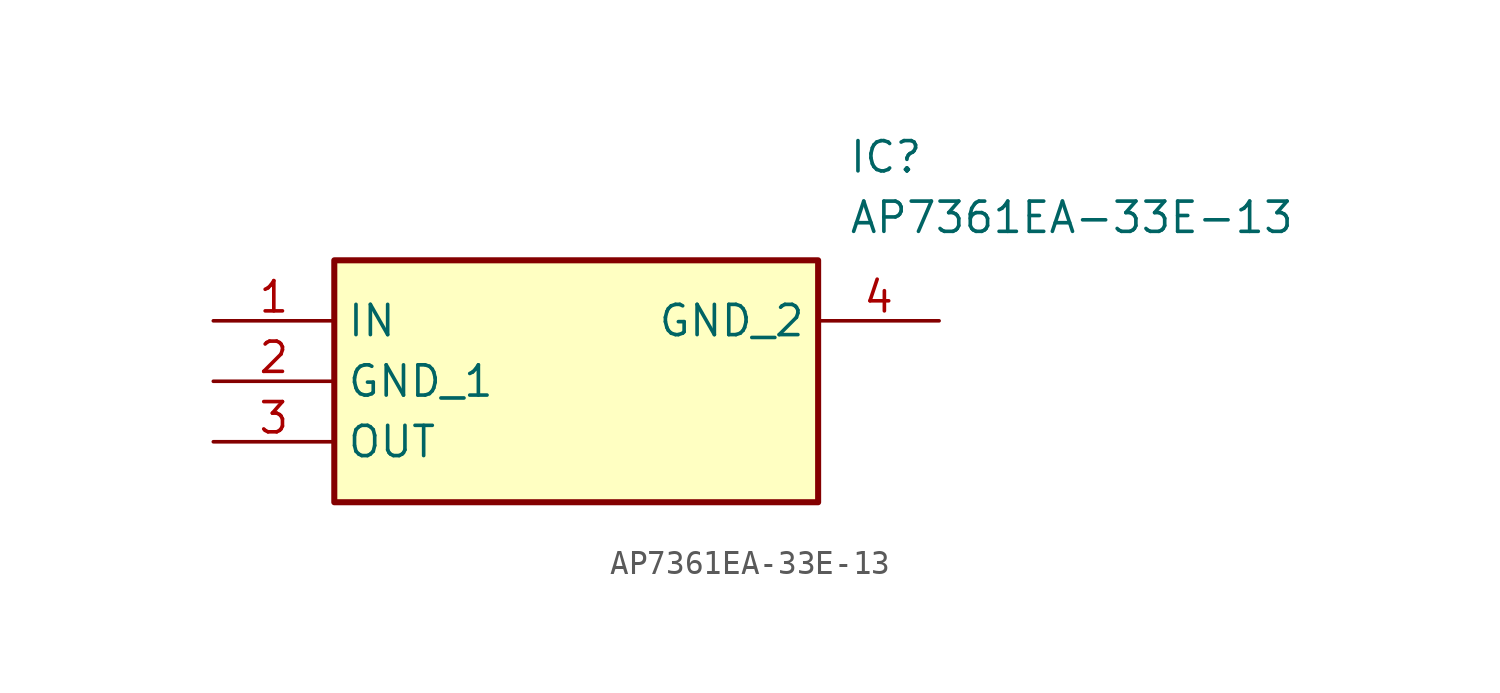
<source format=kicad_sym>
(kicad_symbol_lib
  (version 20211014)
  (generator SamacSys_ECAD_Model)
  (symbol "AP7361EA-33E-13"
    (property "Reference" "IC"
      (at 26.67 7.62 0)
      (effects (font (size 1.27 1.27)) (justify left top)))
    (property "Value" "AP7361EA-33E-13"
      (at 26.67 5.08 0)
      (effects (font (size 1.27 1.27)) (justify left top)))
    (rectangle
      (start 5.08 2.54)
      (end 25.4 -7.62)
      (stroke (width 0.254) (type default))
      (fill (type background)))
    (pin passive line
      (at 0 0 0)
      (length 5.08)
      (name "IN" (effects (font (size 1.27 1.27))))
      (number "1" (effects (font (size 1.27 1.27)))))
    (pin passive line
      (at 0 -2.54 0)
      (length 5.08)
      (name "GND_1" (effects (font (size 1.27 1.27))))
      (number "2" (effects (font (size 1.27 1.27)))))
    (pin passive line
      (at 0 -5.08 0)
      (length 5.08)
      (name "OUT" (effects (font (size 1.27 1.27))))
      (number "3" (effects (font (size 1.27 1.27)))))
    (pin passive line
      (at 30.48 0 180)
      (length 5.08)
      (name "GND_2" (effects (font (size 1.27 1.27))))
      (number "4" (effects (font (size 1.27 1.27)))))))
</source>
